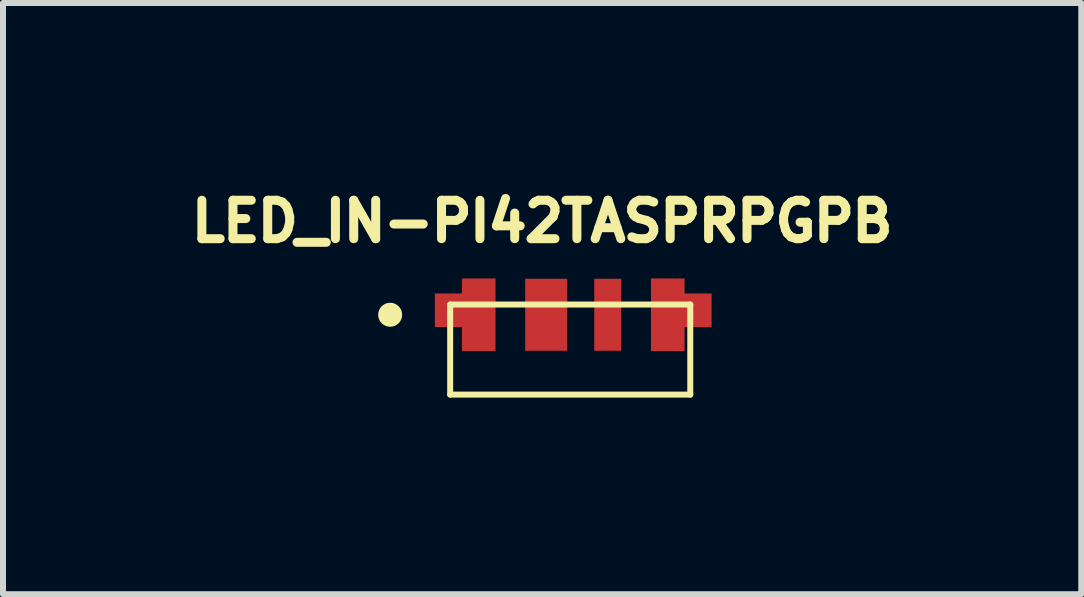
<source format=kicad_pcb>
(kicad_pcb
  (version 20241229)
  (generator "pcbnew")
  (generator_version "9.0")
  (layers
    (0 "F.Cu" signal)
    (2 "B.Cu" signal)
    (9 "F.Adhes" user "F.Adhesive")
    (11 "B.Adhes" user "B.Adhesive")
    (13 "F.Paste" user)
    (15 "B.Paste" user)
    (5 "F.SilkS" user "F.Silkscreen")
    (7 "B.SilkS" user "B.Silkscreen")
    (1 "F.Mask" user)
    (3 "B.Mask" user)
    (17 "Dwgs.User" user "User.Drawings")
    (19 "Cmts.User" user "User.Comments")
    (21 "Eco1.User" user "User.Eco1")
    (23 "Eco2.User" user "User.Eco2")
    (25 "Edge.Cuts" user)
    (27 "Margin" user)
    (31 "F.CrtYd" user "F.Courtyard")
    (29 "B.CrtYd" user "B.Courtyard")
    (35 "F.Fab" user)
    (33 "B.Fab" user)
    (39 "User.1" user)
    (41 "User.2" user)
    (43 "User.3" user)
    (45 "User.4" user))
  (footprint "LED_IN-PI42TASPRPGPB"
    (layer "F.Cu")
    (at 6.45 2.774)
    (property "Reference" "LED_IN-PI42TASPRPGPB" (at -0.468 -2.136 0) (layer "F.SilkS") (effects (font (size 0.64 0.64) (thickness 0.15))))
    (attr smd)
    (fp_line (start -2 -0.75) (end 2 -0.75) (stroke (width 0.1) (type default)) (layer "F.SilkS"))
    (fp_line (start -2 0.75) (end -2 -0.75) (stroke (width 0.1) (type default)) (layer "F.SilkS"))
    (fp_line (start 2 -0.75) (end 2 0.75) (stroke (width 0.1) (type default)) (layer "F.SilkS"))
    (fp_line (start 2 0.75) (end -2 0.75) (stroke (width 0.1) (type default)) (layer "F.SilkS"))
    (fp_circle (center -3 -0.58) (end -2.9 -0.58) (stroke (width 0.2) (type solid)) (fill no) (layer "F.SilkS"))
    (fp_line (start -2.5 -1.43) (end -2.5 1.05) (stroke (width 0.05) (type solid)) (layer "User.2"))
    (fp_line (start -2.5 1.05) (end 2.6 1.05) (stroke (width 0.05) (type solid)) (layer "User.2"))
    (fp_line (start -2 -0.8) (end 2 -0.8) (stroke (width 0.127) (type solid)) (layer "User.2"))
    (fp_line (start -2 0.8) (end -2 -0.8) (stroke (width 0.127) (type solid)) (layer "User.2"))
    (fp_line (start -2 0.8) (end -2 0.34) (stroke (width 0.127) (type solid)) (layer "User.2"))
    (fp_line (start 2 -0.8) (end 2 0.8) (stroke (width 0.127) (type solid)) (layer "User.2"))
    (fp_line (start 2 0.8) (end -2 0.8) (stroke (width 0.127) (type solid)) (layer "User.2"))
    (fp_line (start 2 0.8) (end -2 0.8) (stroke (width 0.127) (type solid)) (layer "User.2"))
    (fp_line (start 2 0.8) (end 2 0.34) (stroke (width 0.127) (type solid)) (layer "User.2"))
    (fp_line (start 2.6 -1.43) (end -2.5 -1.43) (stroke (width 0.05) (type solid)) (layer "User.2"))
    (fp_line (start 2.6 1.05) (end 2.6 -1.43) (stroke (width 0.05) (type solid)) (layer "User.2"))
    (fp_circle (center -3 -0.58) (end -2.9 -0.58) (stroke (width 0.2) (type solid)) (fill no) (layer "User.2"))
    (fp_poly (pts (xy -1.85 -1.23) (xy -1.2 -1.23) (xy -1.2 0.07) (xy -1.85 0.07) (xy -1.85 -0.33) (xy -2.3 -0.33) (xy -2.3 -0.98) (xy -1.85 -0.98)) (stroke (width 0.01) (type solid)) (fill no) (layer "User.2"))
    (fp_poly (pts (xy -1.8 -1.18) (xy -1.25 -1.18) (xy -1.25 0.02) (xy -1.8 0.02) (xy -1.8 -0.38) (xy -2.25 -0.38) (xy -2.25 -0.93) (xy -1.8 -0.93)) (stroke (width 0.01) (type solid)) (fill no) (layer "User.2"))
    (fp_poly (pts (xy 1.3 -1.23) (xy 1.3 0.07) (xy 1.95 0.07) (xy 1.95 -0.33) (xy 2.4 -0.33) (xy 2.4 -0.98) (xy 1.95 -0.98) (xy 1.95 -1.23)) (stroke (width 0.01) (type solid)) (fill no) (layer "User.2"))
    (fp_poly (pts (xy 1.35 -1.18) (xy 1.35 0.02) (xy 1.9 0.02) (xy 1.9 -0.38) (xy 2.35 -0.38) (xy 2.35 -0.93) (xy 1.9 -0.93) (xy 1.9 -1.18)) (stroke (width 0.01) (type solid)) (fill no) (layer "User.2"))
    (pad "1" smd custom (at -1.525 -0.58) (size 0.05 0.05) (layers "F.Cu" "F.Mask" "F.Paste") (options (anchor rect)) (primitives (gr_poly (pts (xy -0.275 -0.6) (xy 0.275 -0.6) (xy 0.275 0.6) (xy -0.275 0.6) (xy -0.275 0.2) (xy -0.725 0.2) (xy -0.725 -0.35) (xy -0.275 -0.35)) (width 0.01) (fill yes))))
    (pad "2" smd rect (at -0.4 -0.58) (size 0.7 1.2) (layers "F.Cu" "F.Mask" "F.Paste"))
    (pad "3" smd rect (at 0.625 -0.58) (size 0.45 1.2) (layers "F.Cu" "F.Mask" "F.Paste"))
    (pad "4" smd custom (at 1.625 -0.58) (size 0.05 0.05) (layers "F.Cu" "F.Mask" "F.Paste") (options (anchor rect)) (primitives (gr_poly (pts (xy -0.275 -0.6) (xy -0.275 0.6) (xy 0.275 0.6) (xy 0.275 0.2) (xy 0.725 0.2) (xy 0.725 -0.35) (xy 0.275 -0.35) (xy 0.275 -0.6)) (width 0.01) (fill yes)))))
  (gr_rect
    (start -3 -3)
    (end 14.964 6.849)
    (stroke (width 0.1) (type default))
    (fill no)
    (layer "Edge.Cuts")))
</source>
